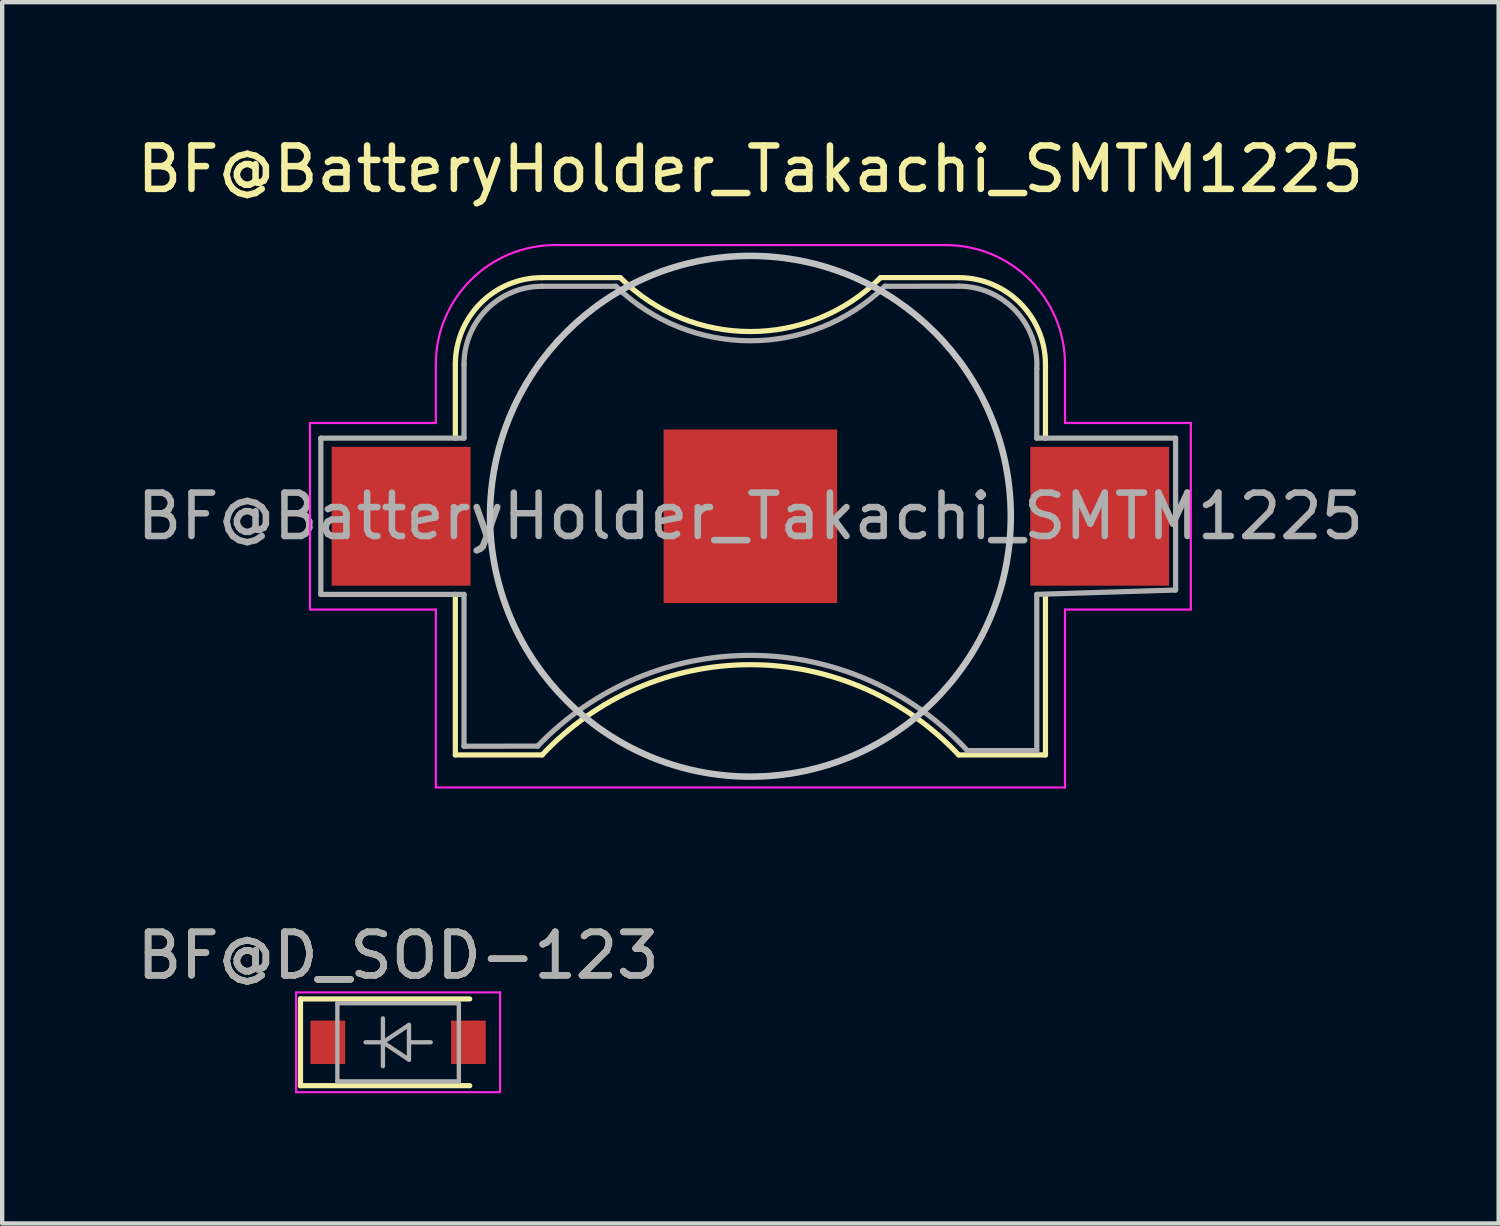
<source format=kicad_pcb>
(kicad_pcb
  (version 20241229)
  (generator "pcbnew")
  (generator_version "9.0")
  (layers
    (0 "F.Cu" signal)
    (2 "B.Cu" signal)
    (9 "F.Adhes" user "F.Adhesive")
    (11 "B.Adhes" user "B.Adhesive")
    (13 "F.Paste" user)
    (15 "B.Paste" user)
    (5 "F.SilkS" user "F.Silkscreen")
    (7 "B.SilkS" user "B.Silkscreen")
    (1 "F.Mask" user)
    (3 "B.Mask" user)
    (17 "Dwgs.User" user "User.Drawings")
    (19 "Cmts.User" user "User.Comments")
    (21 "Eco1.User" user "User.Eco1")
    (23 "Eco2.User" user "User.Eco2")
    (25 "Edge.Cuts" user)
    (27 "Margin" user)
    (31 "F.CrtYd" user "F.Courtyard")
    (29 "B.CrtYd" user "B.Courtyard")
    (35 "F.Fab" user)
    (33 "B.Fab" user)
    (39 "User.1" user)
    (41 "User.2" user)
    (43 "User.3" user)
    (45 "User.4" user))
  (footprint "BF@D_SOD-123"
    (layer "F.Cu")
    (at 6.125 20.971)
    (property "Reference" "BF@D_SOD-123" (at 0 -2 0) (layer "F.SilkS") (effects (font (size 1 1) (thickness 0.15))))
    (attr smd)
    (fp_line (start -2.25 -1) (end -2.25 1) (stroke (width 0.12) (type solid)) (layer "F.SilkS"))
    (fp_line (start -2.25 -1) (end 1.65 -1) (stroke (width 0.12) (type solid)) (layer "F.SilkS"))
    (fp_line (start -2.25 1) (end 1.65 1) (stroke (width 0.12) (type solid)) (layer "F.SilkS"))
    (fp_line (start -2.35 -1.15) (end -2.35 1.15) (stroke (width 0.05) (type solid)) (layer "F.CrtYd"))
    (fp_line (start -2.35 -1.15) (end 2.35 -1.15) (stroke (width 0.05) (type solid)) (layer "F.CrtYd"))
    (fp_line (start 2.35 -1.15) (end 2.35 1.15) (stroke (width 0.05) (type solid)) (layer "F.CrtYd"))
    (fp_line (start 2.35 1.15) (end -2.35 1.15) (stroke (width 0.05) (type solid)) (layer "F.CrtYd"))
    (fp_line (start -1.4 -0.9) (end 1.4 -0.9) (stroke (width 0.1) (type solid)) (layer "F.Fab"))
    (fp_line (start -1.4 0.9) (end -1.4 -0.9) (stroke (width 0.1) (type solid)) (layer "F.Fab"))
    (fp_line (start -0.75 0) (end -0.35 0) (stroke (width 0.1) (type solid)) (layer "F.Fab"))
    (fp_line (start -0.35 0) (end -0.35 -0.55) (stroke (width 0.1) (type solid)) (layer "F.Fab"))
    (fp_line (start -0.35 0) (end -0.35 0.55) (stroke (width 0.1) (type solid)) (layer "F.Fab"))
    (fp_line (start -0.35 0) (end 0.25 -0.4) (stroke (width 0.1) (type solid)) (layer "F.Fab"))
    (fp_line (start 0.25 -0.4) (end 0.25 0.4) (stroke (width 0.1) (type solid)) (layer "F.Fab"))
    (fp_line (start 0.25 0) (end 0.75 0) (stroke (width 0.1) (type solid)) (layer "F.Fab"))
    (fp_line (start 0.25 0.4) (end -0.35 0) (stroke (width 0.1) (type solid)) (layer "F.Fab"))
    (fp_line (start 1.4 -0.9) (end 1.4 0.9) (stroke (width 0.1) (type solid)) (layer "F.Fab"))
    (fp_line (start 1.4 0.9) (end -1.4 0.9) (stroke (width 0.1) (type solid)) (layer "F.Fab"))
    (fp_text user "${REFERENCE}" (at 0 -2 0) (layer "F.Fab") (effects (font (size 1 1) (thickness 0.15))))
    (pad "1" smd rect (at -1.62 0) (size 0.8 1) (layers "F.Cu" "F.Mask" "F.Paste"))
    (pad "2" smd rect (at 1.62 0) (size 0.8 1) (layers "F.Cu" "F.Mask" "F.Paste")))
  (footprint "BF@BatteryHolder_Takachi_SMTM1225"
    (layer "F.Cu")
    (at 14.244 8.848)
    (property "Reference" "BF@BatteryHolder_Takachi_SMTM1225" (at 0 -8 0) (layer "F.SilkS") (effects (font (size 1 1) (thickness 0.15))))
    (attr smd)
    (fp_line (start -6.8 -3.5) (end -6.8 -1.8) (stroke (width 0.12) (type solid)) (layer "F.SilkS"))
    (fp_line (start -6.8 1.8) (end -6.8 5.5) (stroke (width 0.12) (type solid)) (layer "F.SilkS"))
    (fp_line (start -6.8 5.5) (end -4.8 5.5) (stroke (width 0.12) (type solid)) (layer "F.SilkS"))
    (fp_line (start -3 -5.5) (end -4.8 -5.5) (stroke (width 0.12) (type solid)) (layer "F.SilkS"))
    (fp_line (start 3 -5.5) (end 4.8 -5.5) (stroke (width 0.12) (type solid)) (layer "F.SilkS"))
    (fp_line (start 4.8 5.5) (end 6.8 5.5) (stroke (width 0.12) (type solid)) (layer "F.SilkS"))
    (fp_line (start 6.8 -1.8) (end 6.8 -3.5) (stroke (width 0.12) (type solid)) (layer "F.SilkS"))
    (fp_line (start 6.8 1.8) (end 6.8 5.5) (stroke (width 0.12) (type solid)) (layer "F.SilkS"))
    (fp_arc (start -6.8 -3.5) (mid -6.214214 -4.914214) (end -4.8 -5.5) (stroke (width 0.12) (type solid)) (layer "F.SilkS"))
    (fp_arc (start -4.799999 5.500001) (mid 0 3.420488) (end 4.799999 5.500001) (stroke (width 0.12) (type solid)) (layer "F.SilkS"))
    (fp_arc (start 2.999999 -5.500001) (mid 0 -4.257361) (end -2.999999 -5.500001) (stroke (width 0.12) (type solid)) (layer "F.SilkS"))
    (fp_arc (start 4.8 -5.5) (mid 6.214214 -4.914214) (end 6.8 -3.5) (stroke (width 0.12) (type solid)) (layer "F.SilkS"))
    (fp_circle (center 0 0) (end 6 -0.1) (stroke (width 0.15) (type solid)) (fill no) (layer "Dwgs.User"))
    (fp_line (start -10.15 -2.15) (end -10.15 2.15) (stroke (width 0.05) (type solid)) (layer "F.CrtYd"))
    (fp_line (start -10.15 2.15) (end -7.25 2.15) (stroke (width 0.05) (type solid)) (layer "F.CrtYd"))
    (fp_line (start -7.25 -2.15) (end -10.15 -2.15) (stroke (width 0.05) (type solid)) (layer "F.CrtYd"))
    (fp_line (start -7.25 -2.15) (end -7.25 -3.5) (stroke (width 0.05) (type solid)) (layer "F.CrtYd"))
    (fp_line (start -7.25 2.15) (end -7.25 6.25) (stroke (width 0.05) (type solid)) (layer "F.CrtYd"))
    (fp_line (start -7.25 6.25) (end 7.25 6.25) (stroke (width 0.05) (type solid)) (layer "F.CrtYd"))
    (fp_line (start -4.5 -6.25) (end 4.5 -6.25) (stroke (width 0.05) (type solid)) (layer "F.CrtYd"))
    (fp_line (start 7.25 -2.15) (end 7.25 -3.5) (stroke (width 0.05) (type solid)) (layer "F.CrtYd"))
    (fp_line (start 7.25 -2.15) (end 10.15 -2.15) (stroke (width 0.05) (type solid)) (layer "F.CrtYd"))
    (fp_line (start 7.25 2.15) (end 7.25 6.25) (stroke (width 0.05) (type solid)) (layer "F.CrtYd"))
    (fp_line (start 10.15 -2.15) (end 10.15 2.15) (stroke (width 0.05) (type solid)) (layer "F.CrtYd"))
    (fp_line (start 10.15 2.15) (end 7.25 2.15) (stroke (width 0.05) (type solid)) (layer "F.CrtYd"))
    (fp_arc (start -7.25 -3.5) (mid -6.444544 -5.444544) (end -4.5 -6.25) (stroke (width 0.05) (type solid)) (layer "F.CrtYd"))
    (fp_arc (start 4.5 -6.25) (mid 6.444544 -5.444544) (end 7.25 -3.5) (stroke (width 0.05) (type solid)) (layer "F.CrtYd"))
    (fp_line (start -9.9 -1.8) (end -9.9 1.8) (stroke (width 0.12) (type solid)) (layer "F.Fab"))
    (fp_line (start -9.9 1.8) (end -6.6 1.8) (stroke (width 0.12) (type solid)) (layer "F.Fab"))
    (fp_line (start -6.6 -3.5) (end -6.6 -1.8) (stroke (width 0.12) (type solid)) (layer "F.Fab"))
    (fp_line (start -6.6 -1.8) (end -9.9 -1.8) (stroke (width 0.12) (type solid)) (layer "F.Fab"))
    (fp_line (start -6.6 1.8) (end -6.6 5.3) (stroke (width 0.12) (type solid)) (layer "F.Fab"))
    (fp_line (start -6.6 5.3) (end -4.903 5.297) (stroke (width 0.12) (type solid)) (layer "F.Fab"))
    (fp_line (start -3.1 -5.3) (end -4.8 -5.3) (stroke (width 0.12) (type solid)) (layer "F.Fab"))
    (fp_line (start 3.1 -5.3) (end 4.8 -5.303) (stroke (width 0.12) (type solid)) (layer "F.Fab"))
    (fp_line (start 5 5.4) (end 6.6 5.4) (stroke (width 0.12) (type solid)) (layer "F.Fab"))
    (fp_line (start 6.6 -1.8) (end 6.6 -3.4) (stroke (width 0.12) (type solid)) (layer "F.Fab"))
    (fp_line (start 6.6 -1.8) (end 9.8 -1.8) (stroke (width 0.12) (type solid)) (layer "F.Fab"))
    (fp_line (start 6.6 1.8) (end 6.6 5.4) (stroke (width 0.12) (type solid)) (layer "F.Fab"))
    (fp_line (start 9.8 -1.8) (end 9.8 1.7) (stroke (width 0.12) (type solid)) (layer "F.Fab"))
    (fp_line (start 9.8 1.7) (end 6.6 1.8) (stroke (width 0.12) (type solid)) (layer "F.Fab"))
    (fp_arc (start -6.6 -3.5) (mid -6.072792 -4.772792) (end -4.8 -5.3) (stroke (width 0.12) (type solid)) (layer "F.Fab"))
    (fp_arc (start -4.903188 5.296942) (mid 0.070699 3.206252) (end 5 5.4) (stroke (width 0.12) (type solid)) (layer "F.Fab"))
    (fp_arc (start 3.1 -5.3) (mid 0 -4.044666) (end -3.1 -5.3) (stroke (width 0.12) (type solid)) (layer "F.Fab"))
    (fp_arc (start 4.8 -5.302776) (mid 6.109633 -4.738895) (end 6.6 -3.4) (stroke (width 0.12) (type solid)) (layer "F.Fab"))
    (fp_text user "${REFERENCE}" (at 0 0 0) (layer "F.Fab") (effects (font (size 1 1) (thickness 0.15))))
    (pad "1" smd rect (at -8.05 0) (size 3.2 3.2) (layers "F.Cu" "F.Mask" "F.Paste"))
    (pad "1" smd rect (at 8.05 0) (size 3.2 3.2) (layers "F.Cu" "F.Mask" "F.Paste"))
    (pad "2" smd rect (at 0 0) (size 4 4) (layers "F.Cu" "F.Mask")))
  (gr_rect
    (start -3 -3)
    (end 31.488 25.146)
    (stroke (width 0.1) (type default))
    (fill no)
    (layer "Edge.Cuts")))
</source>
